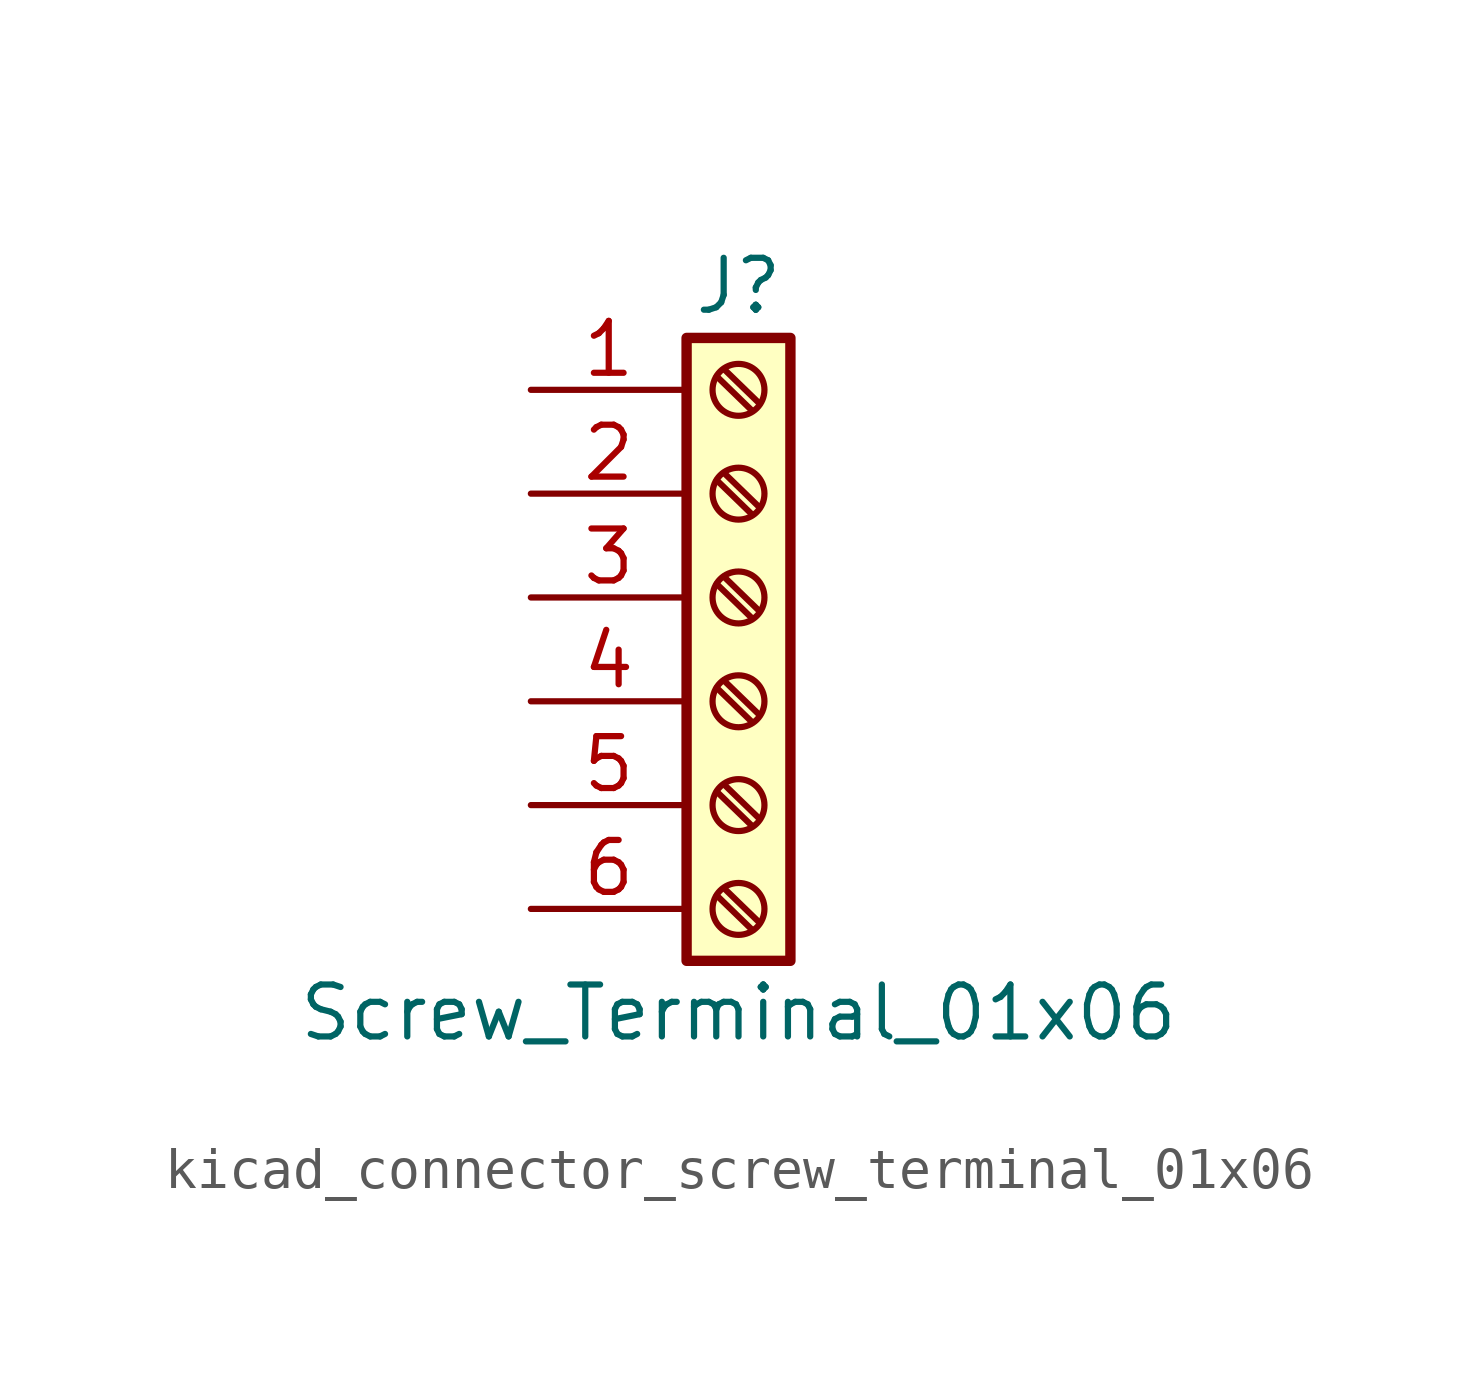
<source format=kicad_sym>
(kicad_symbol_lib
  (version 20220914)
  (generator kicad_symbol_editor)
  (symbol "kicad_connector_screw_terminal_01x06"
    (pin_names
      (offset 1.016) hide)
    (property "Reference" "J"
      (at 0 7.62 0)
      (effects (font (size 1.27 1.27))))
    (property "Value" "Screw_Terminal_01x06"
      (at 0 -10.16 0)
      (effects (font (size 1.27 1.27))))
    (symbol "kicad_connector_screw_terminal_01x06_1_1"
      (rectangle (start -1.27 6.35) (end 1.27 -8.89) (stroke (width 0.254) (type default)) (fill (type background)))
      (circle (center 0 -7.62) (radius 0.635) (stroke (width 0.152) (type default)) (fill (type none)))
      (circle (center 0 -5.08) (radius 0.635) (stroke (width 0.152) (type default)) (fill (type none)))
      (circle (center 0 -2.54) (radius 0.635) (stroke (width 0.152) (type default)) (fill (type none)))
      (polyline (pts (xy -0.533 -7.29) (xy 0.33 -8.128)) (stroke (width 0.152) (type default)) (fill (type none)))
      (polyline (pts (xy -0.533 -4.75) (xy 0.33 -5.588)) (stroke (width 0.152) (type default)) (fill (type none)))
      (polyline (pts (xy -0.533 -2.21) (xy 0.33 -3.048)) (stroke (width 0.152) (type default)) (fill (type none)))
      (polyline (pts (xy -0.533 0.33) (xy 0.33 -0.508)) (stroke (width 0.152) (type default)) (fill (type none)))
      (polyline (pts (xy -0.533 2.87) (xy 0.33 2.032)) (stroke (width 0.152) (type default)) (fill (type none)))
      (polyline (pts (xy -0.533 5.41) (xy 0.33 4.572)) (stroke (width 0.152) (type default)) (fill (type none)))
      (polyline (pts (xy -0.356 -7.112) (xy 0.508 -7.95)) (stroke (width 0.152) (type default)) (fill (type none)))
      (polyline (pts (xy -0.356 -4.572) (xy 0.508 -5.41)) (stroke (width 0.152) (type default)) (fill (type none)))
      (polyline (pts (xy -0.356 -2.032) (xy 0.508 -2.87)) (stroke (width 0.152) (type default)) (fill (type none)))
      (polyline (pts (xy -0.356 0.508) (xy 0.508 -0.33)) (stroke (width 0.152) (type default)) (fill (type none)))
      (polyline (pts (xy -0.356 3.048) (xy 0.508 2.21)) (stroke (width 0.152) (type default)) (fill (type none)))
      (polyline (pts (xy -0.356 5.588) (xy 0.508 4.75)) (stroke (width 0.152) (type default)) (fill (type none)))
      (circle (center 0 0) (radius 0.635) (stroke (width 0.152) (type default)) (fill (type none)))
      (circle (center 0 2.54) (radius 0.635) (stroke (width 0.152) (type default)) (fill (type none)))
      (circle (center 0 5.08) (radius 0.635) (stroke (width 0.152) (type default)) (fill (type none)))
      (pin passive line (at -5.08 5.08 0) (length 3.81) (name "Pin_1" (effects (font (size 1.27 1.27)))) (number "1" (effects (font (size 1.27 1.27)))))
      (pin passive line (at -5.08 2.54 0) (length 3.81) (name "Pin_2" (effects (font (size 1.27 1.27)))) (number "2" (effects (font (size 1.27 1.27)))))
      (pin passive line (at -5.08 0 0) (length 3.81) (name "Pin_3" (effects (font (size 1.27 1.27)))) (number "3" (effects (font (size 1.27 1.27)))))
      (pin passive line (at -5.08 -2.54 0) (length 3.81) (name "Pin_4" (effects (font (size 1.27 1.27)))) (number "4" (effects (font (size 1.27 1.27)))))
      (pin passive line (at -5.08 -5.08 0) (length 3.81) (name "Pin_5" (effects (font (size 1.27 1.27)))) (number "5" (effects (font (size 1.27 1.27)))))
      (pin passive line (at -5.08 -7.62 0) (length 3.81) (name "Pin_6" (effects (font (size 1.27 1.27)))) (number "6" (effects (font (size 1.27 1.27))))))))
</source>
